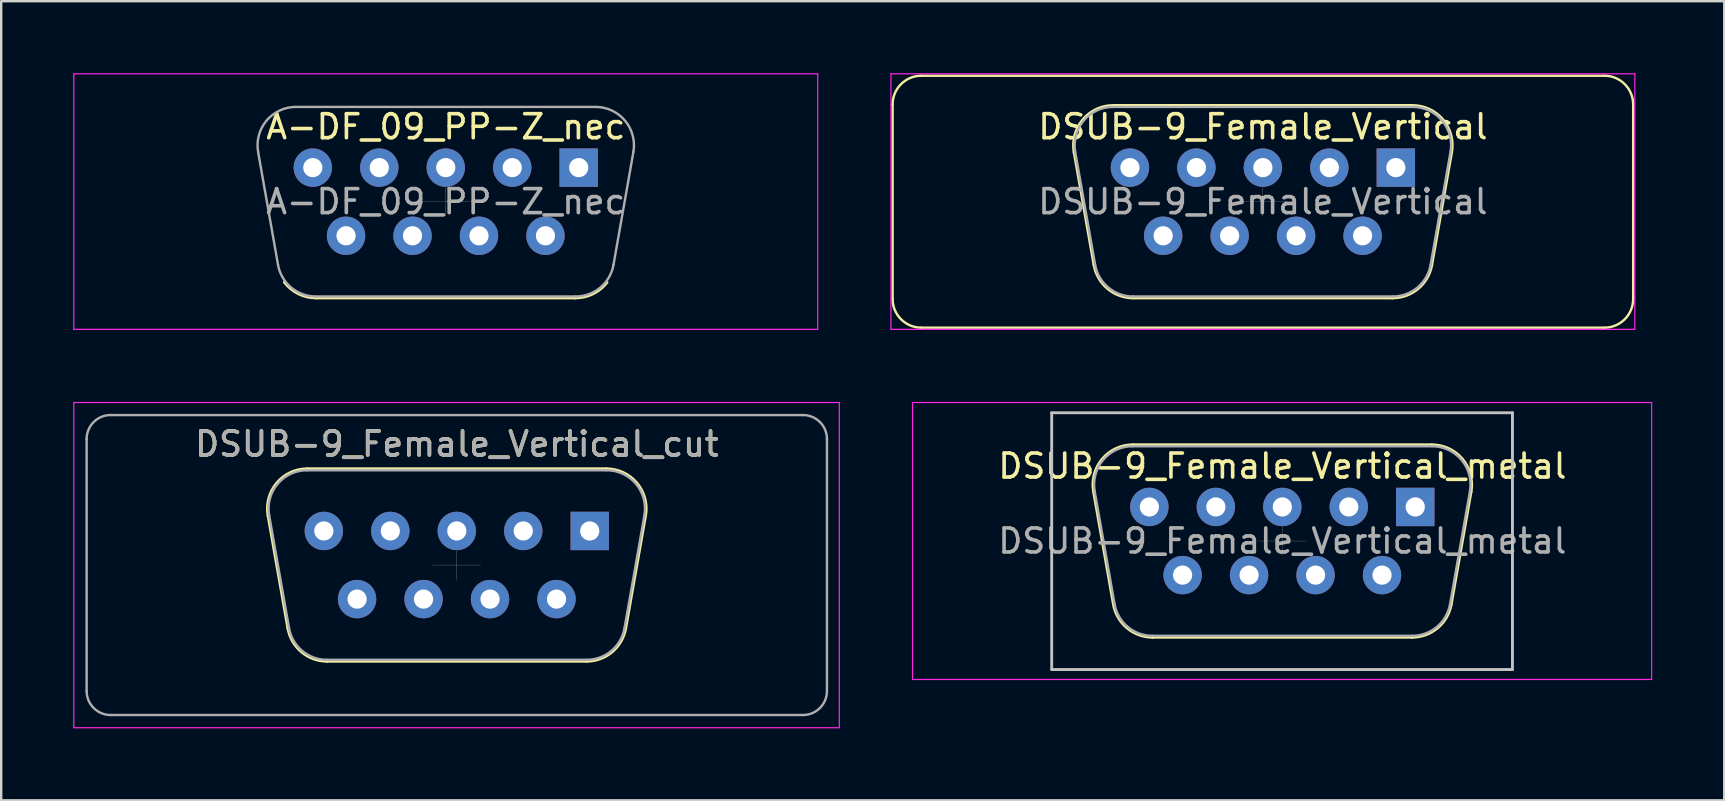
<source format=kicad_pcb>
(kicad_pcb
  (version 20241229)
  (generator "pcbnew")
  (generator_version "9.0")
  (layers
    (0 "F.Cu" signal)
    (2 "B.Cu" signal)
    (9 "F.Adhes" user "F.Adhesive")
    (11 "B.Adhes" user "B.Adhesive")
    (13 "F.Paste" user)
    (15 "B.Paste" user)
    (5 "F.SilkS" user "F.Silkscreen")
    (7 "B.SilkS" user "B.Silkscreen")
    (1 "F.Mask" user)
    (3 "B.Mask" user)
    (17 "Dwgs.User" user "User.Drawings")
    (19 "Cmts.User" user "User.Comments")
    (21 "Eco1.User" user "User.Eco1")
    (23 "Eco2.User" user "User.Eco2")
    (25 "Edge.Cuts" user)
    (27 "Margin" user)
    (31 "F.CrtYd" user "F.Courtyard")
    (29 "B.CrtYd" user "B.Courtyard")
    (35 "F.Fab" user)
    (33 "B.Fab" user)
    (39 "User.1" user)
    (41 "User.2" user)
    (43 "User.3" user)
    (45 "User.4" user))
  (footprint "DSUB-9_Female_Vertical_metal"
    (layer "F.Cu")
    (at 55.925 18.075)
    (property "Reference" "DSUB-9_Female_Vertical_metal" (at -5.537 -1.702 180) (layer "F.SilkS") (effects (font (size 1 1) (thickness 0.15))))
    (attr through_hole)
    (fp_line (start -13.406 -0.642) (end -12.578 4.058) (stroke (width 0.12) (type solid)) (layer "F.SilkS"))
    (fp_line (start -11.772 -2.59) (end 0.692 -2.59) (stroke (width 0.12) (type solid)) (layer "F.SilkS"))
    (fp_line (start -10.943 5.43) (end -0.137 5.43) (stroke (width 0.12) (type solid)) (layer "F.SilkS"))
    (fp_line (start 2.326 -0.642) (end 1.498 4.058) (stroke (width 0.12) (type solid)) (layer "F.SilkS"))
    (fp_arc (start -13.40647 -0.641744) (mid -13.043323 -1.997028) (end -11.771689 -2.59) (stroke (width 0.12) (type solid)) (layer "F.SilkS"))
    (fp_arc (start -10.942952 5.43) (mid -12.009979 5.041634) (end -12.577733 4.058256) (stroke (width 0.12) (type solid)) (layer "F.SilkS"))
    (fp_arc (start 0.691689 -2.59) (mid 1.963323 -1.997027) (end 2.32647 -0.641744) (stroke (width 0.12) (type solid)) (layer "F.SilkS"))
    (fp_arc (start 1.497733 4.058256) (mid 0.92998 5.041634) (end -0.137048 5.43) (stroke (width 0.12) (type solid)) (layer "F.SilkS"))
    (fp_line (start -15.15 -3.925) (end 4.05 -3.925) (stroke (width 0.12) (type solid)) (layer "Dwgs.User"))
    (fp_line (start -15.15 6.775) (end -15.15 -3.925) (stroke (width 0.12) (type solid)) (layer "Dwgs.User"))
    (fp_line (start -6.54 1.42) (end -4.54 1.42) (stroke (width 0.01) (type solid)) (layer "Dwgs.User"))
    (fp_line (start -5.54 0.82) (end -5.54 2.02) (stroke (width 0.01) (type solid)) (layer "Dwgs.User"))
    (fp_line (start 4.05 -3.925) (end 4.05 6.775) (stroke (width 0.12) (type solid)) (layer "Dwgs.User"))
    (fp_line (start 4.05 6.775) (end -15.15 6.775) (stroke (width 0.12) (type solid)) (layer "Dwgs.User"))
    (fp_line (start -20.95 -4.35) (end -20.95 7.19) (stroke (width 0.05) (type solid)) (layer "F.CrtYd"))
    (fp_line (start -20.95 7.19) (end 9.85 7.19) (stroke (width 0.05) (type solid)) (layer "F.CrtYd"))
    (fp_line (start 9.85 -4.35) (end -20.95 -4.35) (stroke (width 0.05) (type solid)) (layer "F.CrtYd"))
    (fp_line (start 9.85 7.19) (end 9.85 -4.35) (stroke (width 0.05) (type solid)) (layer "F.CrtYd"))
    (fp_line (start -13.359 -0.652) (end -12.53 4.048) (stroke (width 0.1) (type solid)) (layer "F.Fab"))
    (fp_line (start -11.783 -2.53) (end 0.703 -2.53) (stroke (width 0.1) (type solid)) (layer "F.Fab"))
    (fp_line (start -10.954 5.37) (end -0.126 5.37) (stroke (width 0.1) (type solid)) (layer "F.Fab"))
    (fp_line (start 2.279 -0.652) (end 1.45 4.048) (stroke (width 0.1) (type solid)) (layer "F.Fab"))
    (fp_arc (start -13.358886 -0.652163) (mid -13.008865 -1.95846) (end -11.783194 -2.53) (stroke (width 0.1) (type solid)) (layer "F.Fab"))
    (fp_arc (start -10.954457 5.37) (mid -11.982917 4.995671) (end -12.530149 4.047837) (stroke (width 0.1) (type solid)) (layer "F.Fab"))
    (fp_arc (start 0.703194 -2.53) (mid 1.928865 -1.95846) (end 2.278886 -0.652163) (stroke (width 0.1) (type solid)) (layer "F.Fab"))
    (fp_arc (start 1.450149 4.047837) (mid 0.902917 4.995671) (end -0.125543 5.37) (stroke (width 0.1) (type solid)) (layer "F.Fab"))
    (fp_text user "${REFERENCE}" (at -5.54 1.42 180) (layer "F.Fab") (effects (font (size 1 1) (thickness 0.15))))
    (pad "1" thru_hole rect (at 0 0) (size 1.6 1.6) (drill 0.8) (layers "*.Cu" "*.Mask"))
    (pad "2" thru_hole circle (at -2.77 0) (size 1.6 1.6) (drill 0.8) (layers "*.Cu" "*.Mask"))
    (pad "3" thru_hole circle (at -5.54 0) (size 1.6 1.6) (drill 0.8) (layers "*.Cu" "*.Mask"))
    (pad "4" thru_hole circle (at -8.31 0) (size 1.6 1.6) (drill 0.8) (layers "*.Cu" "*.Mask"))
    (pad "5" thru_hole circle (at -11.08 0) (size 1.6 1.6) (drill 0.8) (layers "*.Cu" "*.Mask"))
    (pad "6" thru_hole circle (at -1.385 2.84) (size 1.6 1.6) (drill 0.8) (layers "*.Cu" "*.Mask"))
    (pad "7" thru_hole circle (at -4.155 2.84) (size 1.6 1.6) (drill 0.8) (layers "*.Cu" "*.Mask"))
    (pad "8" thru_hole circle (at -6.925 2.84) (size 1.6 1.6) (drill 0.8) (layers "*.Cu" "*.Mask"))
    (pad "9" thru_hole circle (at -9.695 2.84) (size 1.6 1.6) (drill 0.8) (layers "*.Cu" "*.Mask")))
  (footprint "DSUB-9_Female_Vertical_cut"
    (layer "F.Cu")
    (at 21.525 19.075)
    (property "Reference" "DSUB-9_Female_Vertical_cut" (at -5.54 -3.625 180) (layer "F.SilkS") (effects (font (size 1 1) (thickness 0.15))))
    (attr through_hole)
    (fp_line (start -13.406 -0.642) (end -12.578 4.058) (stroke (width 0.12) (type solid)) (layer "F.SilkS"))
    (fp_line (start -11.772 -2.59) (end 0.692 -2.59) (stroke (width 0.12) (type solid)) (layer "F.SilkS"))
    (fp_line (start -10.943 5.43) (end -0.137 5.43) (stroke (width 0.12) (type solid)) (layer "F.SilkS"))
    (fp_line (start 2.326 -0.642) (end 1.498 4.058) (stroke (width 0.12) (type solid)) (layer "F.SilkS"))
    (fp_arc (start -13.40647 -0.641744) (mid -13.043323 -1.997028) (end -11.771689 -2.59) (stroke (width 0.12) (type solid)) (layer "F.SilkS"))
    (fp_arc (start -10.942952 5.43) (mid -12.009979 5.041634) (end -12.577733 4.058256) (stroke (width 0.12) (type solid)) (layer "F.SilkS"))
    (fp_arc (start 0.691689 -2.59) (mid 1.963323 -1.997027) (end 2.32647 -0.641744) (stroke (width 0.12) (type solid)) (layer "F.SilkS"))
    (fp_arc (start 1.497733 4.058256) (mid 0.92998 5.041634) (end -0.137048 5.43) (stroke (width 0.12) (type solid)) (layer "F.SilkS"))
    (fp_line (start -6.54 1.42) (end -4.54 1.42) (stroke (width 0.01) (type solid)) (layer "Dwgs.User"))
    (fp_line (start -5.54 0.82) (end -5.54 2.02) (stroke (width 0.01) (type solid)) (layer "Dwgs.User"))
    (fp_line (start -21.5 -5.35) (end -21.5 8.2) (stroke (width 0.05) (type solid)) (layer "F.CrtYd"))
    (fp_line (start -21.5 8.2) (end 10.4 8.2) (stroke (width 0.05) (type solid)) (layer "F.CrtYd"))
    (fp_line (start 10.4 -5.35) (end -21.5 -5.35) (stroke (width 0.05) (type solid)) (layer "F.CrtYd"))
    (fp_line (start 10.4 8.2) (end 10.4 -5.35) (stroke (width 0.05) (type solid)) (layer "F.CrtYd"))
    (fp_line (start -20.965 6.67) (end -20.965 -3.83) (stroke (width 0.1) (type solid)) (layer "F.Fab"))
    (fp_line (start -19.965 -4.83) (end 8.885 -4.83) (stroke (width 0.1) (type solid)) (layer "F.Fab"))
    (fp_line (start -13.359 -0.652) (end -12.53 4.048) (stroke (width 0.1) (type solid)) (layer "F.Fab"))
    (fp_line (start -11.783 -2.53) (end 0.703 -2.53) (stroke (width 0.1) (type solid)) (layer "F.Fab"))
    (fp_line (start -10.954 5.37) (end -0.126 5.37) (stroke (width 0.1) (type solid)) (layer "F.Fab"))
    (fp_line (start 2.279 -0.652) (end 1.45 4.048) (stroke (width 0.1) (type solid)) (layer "F.Fab"))
    (fp_line (start 8.885 7.67) (end -19.965 7.67) (stroke (width 0.1) (type solid)) (layer "F.Fab"))
    (fp_line (start 9.885 -3.83) (end 9.885 6.67) (stroke (width 0.1) (type solid)) (layer "F.Fab"))
    (fp_arc (start -20.965 -3.83) (mid -20.672107 -4.537107) (end -19.965 -4.83) (stroke (width 0.1) (type solid)) (layer "F.Fab"))
    (fp_arc (start -19.965 7.67) (mid -20.672107 7.377107) (end -20.965 6.67) (stroke (width 0.1) (type solid)) (layer "F.Fab"))
    (fp_arc (start -13.358886 -0.652163) (mid -13.008865 -1.95846) (end -11.783194 -2.53) (stroke (width 0.1) (type solid)) (layer "F.Fab"))
    (fp_arc (start -10.954457 5.37) (mid -11.982917 4.995671) (end -12.530149 4.047837) (stroke (width 0.1) (type solid)) (layer "F.Fab"))
    (fp_arc (start 0.703194 -2.53) (mid 1.928865 -1.95846) (end 2.278886 -0.652163) (stroke (width 0.1) (type solid)) (layer "F.Fab"))
    (fp_arc (start 1.450149 4.047837) (mid 0.902917 4.995671) (end -0.125543 5.37) (stroke (width 0.1) (type solid)) (layer "F.Fab"))
    (fp_arc (start 8.885 -4.83) (mid 9.592107 -4.537107) (end 9.885 -3.83) (stroke (width 0.1) (type solid)) (layer "F.Fab"))
    (fp_arc (start 9.885 6.67) (mid 9.592107 7.377107) (end 8.885 7.67) (stroke (width 0.1) (type solid)) (layer "F.Fab"))
    (fp_text user "${REFERENCE}" (at -5.537 -3.619 180) (layer "F.Fab") (effects (font (size 1 1) (thickness 0.15))))
    (pad "1" thru_hole rect (at 0 0) (size 1.6 1.6) (drill 0.8) (layers "*.Cu" "*.Mask"))
    (pad "2" thru_hole circle (at -2.77 0) (size 1.6 1.6) (drill 0.8) (layers "*.Cu" "*.Mask"))
    (pad "3" thru_hole circle (at -5.54 0) (size 1.6 1.6) (drill 0.8) (layers "*.Cu" "*.Mask"))
    (pad "4" thru_hole circle (at -8.31 0) (size 1.6 1.6) (drill 0.8) (layers "*.Cu" "*.Mask"))
    (pad "5" thru_hole circle (at -11.08 0) (size 1.6 1.6) (drill 0.8) (layers "*.Cu" "*.Mask"))
    (pad "6" thru_hole circle (at -1.385 2.84) (size 1.6 1.6) (drill 0.8) (layers "*.Cu" "*.Mask"))
    (pad "7" thru_hole circle (at -4.155 2.84) (size 1.6 1.6) (drill 0.8) (layers "*.Cu" "*.Mask"))
    (pad "8" thru_hole circle (at -6.925 2.84) (size 1.6 1.6) (drill 0.8) (layers "*.Cu" "*.Mask"))
    (pad "9" thru_hole circle (at -9.695 2.84) (size 1.6 1.6) (drill 0.8) (layers "*.Cu" "*.Mask")))
  (footprint "DSUB-9_Female_Vertical"
    (layer "F.Cu")
    (at 55.115 3.935)
    (property "Reference" "DSUB-9_Female_Vertical" (at -5.537 -1.702 180) (layer "F.SilkS") (effects (font (size 1 1) (thickness 0.15))))
    (attr through_hole)
    (fp_line (start -20.97 5.47) (end -20.97 -2.63) (stroke (width 0.1) (type solid)) (layer "F.SilkS"))
    (fp_line (start -19.77 -3.83) (end 8.69 -3.83) (stroke (width 0.1) (type solid)) (layer "F.SilkS"))
    (fp_line (start -19.77 6.67) (end 8.69 6.67) (stroke (width 0.1) (type solid)) (layer "F.SilkS"))
    (fp_line (start -13.406 -0.642) (end -12.578 4.058) (stroke (width 0.12) (type solid)) (layer "F.SilkS"))
    (fp_line (start -11.772 -2.59) (end 0.692 -2.59) (stroke (width 0.12) (type solid)) (layer "F.SilkS"))
    (fp_line (start -10.943 5.43) (end -0.137 5.43) (stroke (width 0.12) (type solid)) (layer "F.SilkS"))
    (fp_line (start 2.326 -0.642) (end 1.498 4.058) (stroke (width 0.12) (type solid)) (layer "F.SilkS"))
    (fp_line (start 9.89 5.47) (end 9.89 -2.63) (stroke (width 0.1) (type solid)) (layer "F.SilkS"))
    (fp_arc (start -20.97 -2.63) (mid -20.618528 -3.478528) (end -19.77 -3.83) (stroke (width 0.1) (type solid)) (layer "F.SilkS"))
    (fp_arc (start -19.77 6.67) (mid -20.618528 6.318528) (end -20.97 5.47) (stroke (width 0.1) (type solid)) (layer "F.SilkS"))
    (fp_arc (start -13.40647 -0.641744) (mid -13.043323 -1.997028) (end -11.771689 -2.59) (stroke (width 0.12) (type solid)) (layer "F.SilkS"))
    (fp_arc (start -10.942952 5.43) (mid -12.009979 5.041634) (end -12.577733 4.058256) (stroke (width 0.12) (type solid)) (layer "F.SilkS"))
    (fp_arc (start 0.691689 -2.59) (mid 1.963323 -1.997027) (end 2.32647 -0.641744) (stroke (width 0.12) (type solid)) (layer "F.SilkS"))
    (fp_arc (start 1.497733 4.058256) (mid 0.92998 5.041634) (end -0.137048 5.43) (stroke (width 0.12) (type solid)) (layer "F.SilkS"))
    (fp_arc (start 8.69 -3.83) (mid 9.538528 -3.478528) (end 9.89 -2.63) (stroke (width 0.1) (type solid)) (layer "F.SilkS"))
    (fp_arc (start 9.89 5.47) (mid 9.538528 6.318528) (end 8.69 6.67) (stroke (width 0.1) (type solid)) (layer "F.SilkS"))
    (fp_line (start -6.54 1.42) (end -4.54 1.42) (stroke (width 0.01) (type solid)) (layer "Dwgs.User"))
    (fp_line (start -5.54 0.82) (end -5.54 2.02) (stroke (width 0.01) (type solid)) (layer "Dwgs.User"))
    (fp_line (start -21.04 -3.91) (end -21.04 6.74) (stroke (width 0.05) (type solid)) (layer "F.CrtYd"))
    (fp_line (start -21.04 6.74) (end 9.96 6.74) (stroke (width 0.05) (type solid)) (layer "F.CrtYd"))
    (fp_line (start 9.96 -3.91) (end -21.04 -3.91) (stroke (width 0.05) (type solid)) (layer "F.CrtYd"))
    (fp_line (start 9.96 6.74) (end 9.96 -3.91) (stroke (width 0.05) (type solid)) (layer "F.CrtYd"))
    (fp_line (start -13.359 -0.652) (end -12.53 4.048) (stroke (width 0.1) (type solid)) (layer "F.Fab"))
    (fp_line (start -11.783 -2.53) (end 0.703 -2.53) (stroke (width 0.1) (type solid)) (layer "F.Fab"))
    (fp_line (start -10.954 5.37) (end -0.126 5.37) (stroke (width 0.1) (type solid)) (layer "F.Fab"))
    (fp_line (start 2.279 -0.652) (end 1.45 4.048) (stroke (width 0.1) (type solid)) (layer "F.Fab"))
    (fp_arc (start -13.358886 -0.652163) (mid -13.008865 -1.95846) (end -11.783194 -2.53) (stroke (width 0.1) (type solid)) (layer "F.Fab"))
    (fp_arc (start -10.954457 5.37) (mid -11.982917 4.995671) (end -12.530149 4.047837) (stroke (width 0.1) (type solid)) (layer "F.Fab"))
    (fp_arc (start 0.703194 -2.53) (mid 1.928865 -1.95846) (end 2.278886 -0.652163) (stroke (width 0.1) (type solid)) (layer "F.Fab"))
    (fp_arc (start 1.450149 4.047837) (mid 0.902917 4.995671) (end -0.125543 5.37) (stroke (width 0.1) (type solid)) (layer "F.Fab"))
    (fp_text user "${REFERENCE}" (at -5.54 1.42 180) (layer "F.Fab") (effects (font (size 1 1) (thickness 0.15))))
    (pad "1" thru_hole rect (at 0 0) (size 1.6 1.6) (drill 0.8) (layers "*.Cu" "*.Mask"))
    (pad "2" thru_hole circle (at -2.77 0) (size 1.6 1.6) (drill 0.8) (layers "*.Cu" "*.Mask"))
    (pad "3" thru_hole circle (at -5.54 0) (size 1.6 1.6) (drill 0.8) (layers "*.Cu" "*.Mask"))
    (pad "4" thru_hole circle (at -8.31 0) (size 1.6 1.6) (drill 0.8) (layers "*.Cu" "*.Mask"))
    (pad "5" thru_hole circle (at -11.08 0) (size 1.6 1.6) (drill 0.8) (layers "*.Cu" "*.Mask"))
    (pad "6" thru_hole circle (at -1.385 2.84) (size 1.6 1.6) (drill 0.8) (layers "*.Cu" "*.Mask"))
    (pad "7" thru_hole circle (at -4.155 2.84) (size 1.6 1.6) (drill 0.8) (layers "*.Cu" "*.Mask"))
    (pad "8" thru_hole circle (at -6.925 2.84) (size 1.6 1.6) (drill 0.8) (layers "*.Cu" "*.Mask"))
    (pad "9" thru_hole circle (at -9.695 2.84) (size 1.6 1.6) (drill 0.8) (layers "*.Cu" "*.Mask")))
  (footprint "A-DF_09_PP-Z_nec"
    (layer "F.Cu")
    (at 21.065 3.935)
    (property "Reference" "A-DF_09_PP-Z_nec" (at -5.537 -1.702 180) (layer "F.SilkS") (effects (font (size 1 1) (thickness 0.15))))
    (attr through_hole)
    (fp_line (start -10.943 5.43) (end -0.137 5.43) (stroke (width 0.12) (type solid)) (layer "F.SilkS"))
    (fp_arc (start -10.942952 5.43) (mid -11.681066 5.256872) (end -12.265218 4.7736) (stroke (width 0.12) (type solid)) (layer "F.SilkS"))
    (fp_arc (start 1.177994 4.783047) (mid 0.595735 5.259506) (end -0.137048 5.43) (stroke (width 0.12) (type solid)) (layer "F.SilkS"))
    (fp_line (start -6.54 1.42) (end -4.54 1.42) (stroke (width 0.01) (type solid)) (layer "Dwgs.User"))
    (fp_line (start -5.54 0.82) (end -5.54 2.02) (stroke (width 0.01) (type solid)) (layer "Dwgs.User"))
    (fp_line (start -21.04 -3.91) (end -21.04 6.74) (stroke (width 0.05) (type solid)) (layer "F.CrtYd"))
    (fp_line (start -21.04 6.74) (end 9.96 6.74) (stroke (width 0.05) (type solid)) (layer "F.CrtYd"))
    (fp_line (start 9.96 -3.91) (end -21.04 -3.91) (stroke (width 0.05) (type solid)) (layer "F.CrtYd"))
    (fp_line (start 9.96 6.74) (end 9.96 -3.91) (stroke (width 0.05) (type solid)) (layer "F.CrtYd"))
    (fp_line (start -13.359 -0.652) (end -12.53 4.048) (stroke (width 0.1) (type solid)) (layer "F.Fab"))
    (fp_line (start -11.783 -2.53) (end 0.703 -2.53) (stroke (width 0.1) (type solid)) (layer "F.Fab"))
    (fp_line (start -10.954 5.37) (end -0.126 5.37) (stroke (width 0.1) (type solid)) (layer "F.Fab"))
    (fp_line (start 2.279 -0.652) (end 1.45 4.048) (stroke (width 0.1) (type solid)) (layer "F.Fab"))
    (fp_arc (start -13.358886 -0.652163) (mid -13.008865 -1.95846) (end -11.783194 -2.53) (stroke (width 0.1) (type solid)) (layer "F.Fab"))
    (fp_arc (start -10.954457 5.37) (mid -11.982917 4.995671) (end -12.530149 4.047837) (stroke (width 0.1) (type solid)) (layer "F.Fab"))
    (fp_arc (start 0.703194 -2.53) (mid 1.928865 -1.95846) (end 2.278886 -0.652163) (stroke (width 0.1) (type solid)) (layer "F.Fab"))
    (fp_arc (start 1.450149 4.047837) (mid 0.902917 4.995671) (end -0.125543 5.37) (stroke (width 0.1) (type solid)) (layer "F.Fab"))
    (fp_text user "${REFERENCE}" (at -5.54 1.42 180) (layer "F.Fab") (effects (font (size 1 1) (thickness 0.15))))
    (pad "1" thru_hole rect (at 0 0) (size 1.6 1.6) (drill 0.8) (layers "*.Cu" "*.Mask"))
    (pad "2" thru_hole circle (at -2.77 0) (size 1.6 1.6) (drill 0.8) (layers "*.Cu" "*.Mask"))
    (pad "3" thru_hole circle (at -5.54 0) (size 1.6 1.6) (drill 0.8) (layers "*.Cu" "*.Mask"))
    (pad "4" thru_hole circle (at -8.31 0) (size 1.6 1.6) (drill 0.8) (layers "*.Cu" "*.Mask"))
    (pad "5" thru_hole circle (at -11.08 0) (size 1.6 1.6) (drill 0.8) (layers "*.Cu" "*.Mask"))
    (pad "6" thru_hole circle (at -1.385 2.84) (size 1.6 1.6) (drill 0.8) (layers "*.Cu" "*.Mask"))
    (pad "7" thru_hole circle (at -4.155 2.84) (size 1.6 1.6) (drill 0.8) (layers "*.Cu" "*.Mask"))
    (pad "8" thru_hole circle (at -6.925 2.84) (size 1.6 1.6) (drill 0.8) (layers "*.Cu" "*.Mask"))
    (pad "9" thru_hole circle (at -9.695 2.84) (size 1.6 1.6) (drill 0.8) (layers "*.Cu" "*.Mask")))
  (gr_rect
    (start -3 -3)
    (end 68.8 30.3)
    (stroke (width 0.1) (type default))
    (fill no)
    (layer "Edge.Cuts")))
</source>
